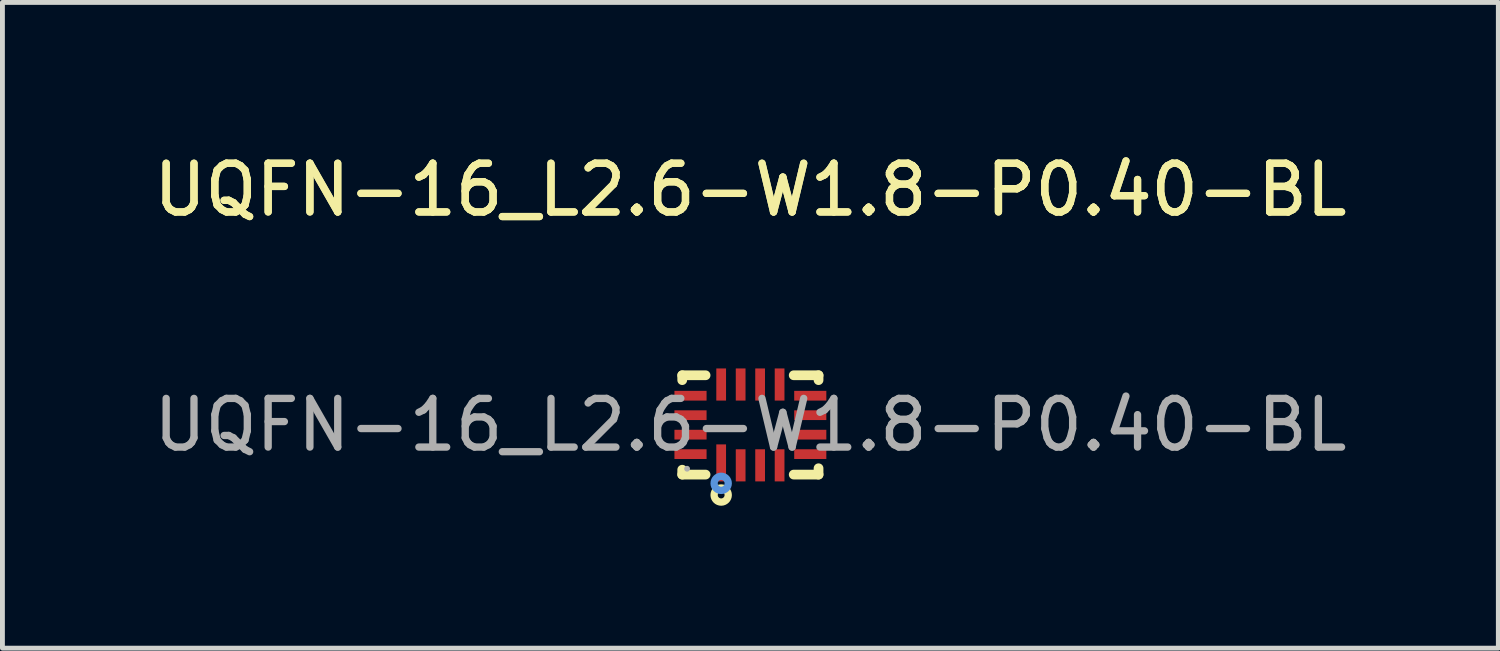
<source format=kicad_pcb>
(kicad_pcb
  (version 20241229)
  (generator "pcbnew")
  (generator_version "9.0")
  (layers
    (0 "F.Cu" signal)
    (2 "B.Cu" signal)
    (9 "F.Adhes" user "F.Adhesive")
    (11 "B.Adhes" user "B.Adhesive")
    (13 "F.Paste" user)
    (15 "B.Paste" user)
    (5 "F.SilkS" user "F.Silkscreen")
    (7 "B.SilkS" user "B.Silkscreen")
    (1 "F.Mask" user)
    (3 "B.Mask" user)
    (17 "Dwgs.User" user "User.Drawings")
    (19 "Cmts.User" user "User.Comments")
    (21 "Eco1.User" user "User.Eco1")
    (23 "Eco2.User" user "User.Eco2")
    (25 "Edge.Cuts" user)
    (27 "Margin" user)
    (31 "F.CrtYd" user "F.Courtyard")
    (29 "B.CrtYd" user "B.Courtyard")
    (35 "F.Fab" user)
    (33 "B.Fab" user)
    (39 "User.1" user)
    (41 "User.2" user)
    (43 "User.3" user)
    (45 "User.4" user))
  (footprint "UQFN-16_L2.6-W1.8-P0.40-BL"
    (layer "F.Cu")
    (at 12.363 5.678)
    (property "Reference" "UQFN-16_L2.6-W1.8-P0.40-BL" (at 0 -4.83 0) (layer "F.SilkS") (effects (font (size 1 1) (thickness 0.15))))
    (attr smd)
    (fp_line (start -1.4 -1.02) (end -1.4 -0.92) (stroke (width 0.2) (type solid)) (layer "F.SilkS"))
    (fp_line (start -1.4 0.92) (end -1.4 1.02) (stroke (width 0.2) (type solid)) (layer "F.SilkS"))
    (fp_line (start -1.4 1.02) (end -0.92 1.02) (stroke (width 0.2) (type solid)) (layer "F.SilkS"))
    (fp_line (start -0.92 -1.02) (end -1.4 -1.02) (stroke (width 0.2) (type solid)) (layer "F.SilkS"))
    (fp_line (start 0.89 -1.02) (end 1.4 -1.02) (stroke (width 0.2) (type solid)) (layer "F.SilkS"))
    (fp_line (start 1.4 -1.02) (end 1.4 -0.92) (stroke (width 0.2) (type solid)) (layer "F.SilkS"))
    (fp_line (start 1.4 0.89) (end 1.4 1.02) (stroke (width 0.2) (type solid)) (layer "F.SilkS"))
    (fp_line (start 1.4 1.02) (end 0.89 1.02) (stroke (width 0.2) (type solid)) (layer "F.SilkS"))
    (fp_circle (center -0.6 1.44) (end -0.53 1.44) (stroke (width 0.15) (type solid)) (fill no) (layer "F.SilkS"))
    (fp_circle (center -0.6 1.2) (end -0.53 1.2) (stroke (width 0.15) (type solid)) (fill no) (layer "Cmts.User"))
    (fp_circle (center -1.3 0.9) (end -1.27 0.9) (stroke (width 0.06) (type solid)) (fill no) (layer "F.Fab"))
    (fp_text user "${REFERENCE}" (at 0 -4.83 0) (layer "F.SilkS") (effects (font (size 1 1) (thickness 0.15))))
    (fp_text user "${REFERENCE}" (at 0 0 0) (layer "F.Fab") (effects (font (size 1 1) (thickness 0.15))))
    (pad "1" smd rect (at -0.6 0.78) (size 0.2 0.76) (layers "F.Cu" "F.Mask" "F.Paste"))
    (pad "2" smd rect (at -0.2 0.83) (size 0.2 0.66) (layers "F.Cu" "F.Mask" "F.Paste"))
    (pad "3" smd rect (at 0.2 0.83) (size 0.2 0.66) (layers "F.Cu" "F.Mask" "F.Paste"))
    (pad "4" smd rect (at 0.6 0.83) (size 0.2 0.66) (layers "F.Cu" "F.Mask" "F.Paste"))
    (pad "5" smd rect (at 1.23 0.6) (size 0.66 0.2) (layers "F.Cu" "F.Mask" "F.Paste"))
    (pad "6" smd rect (at 1.23 0.2) (size 0.66 0.2) (layers "F.Cu" "F.Mask" "F.Paste"))
    (pad "7" smd rect (at 1.23 -0.2) (size 0.66 0.2) (layers "F.Cu" "F.Mask" "F.Paste"))
    (pad "8" smd rect (at 1.23 -0.6) (size 0.66 0.2) (layers "F.Cu" "F.Mask" "F.Paste"))
    (pad "9" smd rect (at 0.6 -0.83) (size 0.2 0.66) (layers "F.Cu" "F.Mask" "F.Paste"))
    (pad "10" smd rect (at 0.2 -0.83) (size 0.2 0.66) (layers "F.Cu" "F.Mask" "F.Paste"))
    (pad "11" smd rect (at -0.2 -0.83) (size 0.2 0.66) (layers "F.Cu" "F.Mask" "F.Paste"))
    (pad "12" smd rect (at -0.6 -0.83) (size 0.2 0.66) (layers "F.Cu" "F.Mask" "F.Paste"))
    (pad "13" smd rect (at -1.23 -0.6) (size 0.66 0.2) (layers "F.Cu" "F.Mask" "F.Paste"))
    (pad "14" smd rect (at -1.23 -0.2) (size 0.66 0.2) (layers "F.Cu" "F.Mask" "F.Paste"))
    (pad "15" smd rect (at -1.23 0.2) (size 0.66 0.2) (layers "F.Cu" "F.Mask" "F.Paste"))
    (pad "16" smd rect (at -1.23 0.6) (size 0.66 0.2) (layers "F.Cu" "F.Mask" "F.Paste")))
  (gr_rect
    (start -3 -3)
    (end 27.726 10.263)
    (stroke (width 0.1) (type default))
    (fill no)
    (layer "Edge.Cuts")))
</source>
